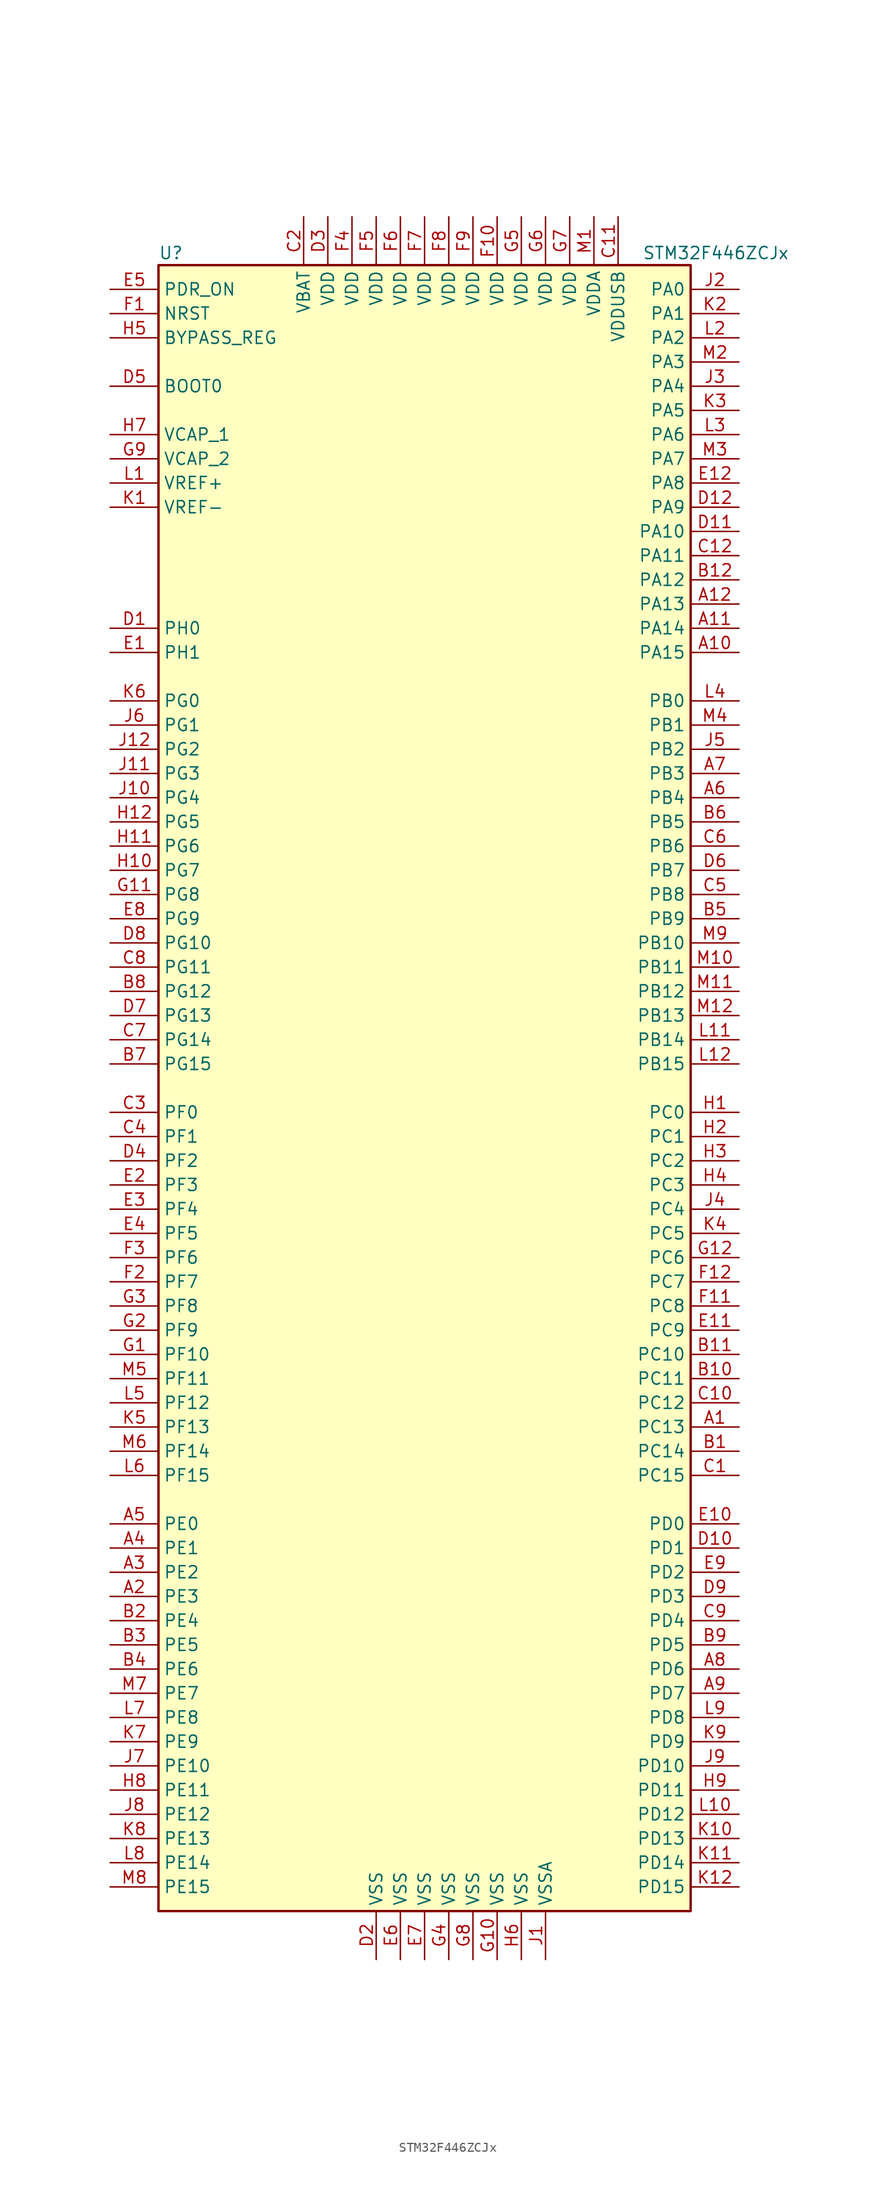
<source format=kicad_sym>
(kicad_symbol_lib
  (version 20201005)
  (generator kicad_symbol_editor)
  (symbol "STM32F446ZCJx"
    (property "Reference" "U"
      (at -27.94 87.63 0)
      (effects (font (size 1.27 1.27)) (justify left)))
    (property "Value" "STM32F446ZCJx"
      (at 22.86 87.63 0)
      (effects (font (size 1.27 1.27)) (justify left)))
    (symbol "STM32F446ZCJx_0_1"
      (rectangle (start -27.94 -86.36) (end 27.94 86.36) (stroke (width 0.254)) (fill (type background))))
    (symbol "STM32F446ZCJx_1_1"
      (pin input line (at -33.02 73.66 0) (length 5.08) (name "BOOT0" (effects (font (size 1.27 1.27)))) (number "D5" (effects (font (size 1.27 1.27)))))
      (pin input line (at -33.02 78.74 0) (length 5.08) (name "BYPASS_REG" (effects (font (size 1.27 1.27)))) (number "H5" (effects (font (size 1.27 1.27)))))
      (pin input line (at -33.02 81.28 0) (length 5.08) (name "NRST" (effects (font (size 1.27 1.27)))) (number "F1" (effects (font (size 1.27 1.27)))))
      (pin bidirectional line (at 33.02 83.82 180) (length 5.08) (name "PA0" (effects (font (size 1.27 1.27)))) (number "J2" (effects (font (size 1.27 1.27)))))
      (pin bidirectional line (at 33.02 81.28 180) (length 5.08) (name "PA1" (effects (font (size 1.27 1.27)))) (number "K2" (effects (font (size 1.27 1.27)))))
      (pin bidirectional line (at 33.02 58.42 180) (length 5.08) (name "PA10" (effects (font (size 1.27 1.27)))) (number "D11" (effects (font (size 1.27 1.27)))))
      (pin bidirectional line (at 33.02 55.88 180) (length 5.08) (name "PA11" (effects (font (size 1.27 1.27)))) (number "C12" (effects (font (size 1.27 1.27)))))
      (pin bidirectional line (at 33.02 53.34 180) (length 5.08) (name "PA12" (effects (font (size 1.27 1.27)))) (number "B12" (effects (font (size 1.27 1.27)))))
      (pin bidirectional line (at 33.02 50.8 180) (length 5.08) (name "PA13" (effects (font (size 1.27 1.27)))) (number "A12" (effects (font (size 1.27 1.27)))))
      (pin bidirectional line (at 33.02 48.26 180) (length 5.08) (name "PA14" (effects (font (size 1.27 1.27)))) (number "A11" (effects (font (size 1.27 1.27)))))
      (pin bidirectional line (at 33.02 45.72 180) (length 5.08) (name "PA15" (effects (font (size 1.27 1.27)))) (number "A10" (effects (font (size 1.27 1.27)))))
      (pin bidirectional line (at 33.02 78.74 180) (length 5.08) (name "PA2" (effects (font (size 1.27 1.27)))) (number "L2" (effects (font (size 1.27 1.27)))))
      (pin bidirectional line (at 33.02 76.2 180) (length 5.08) (name "PA3" (effects (font (size 1.27 1.27)))) (number "M2" (effects (font (size 1.27 1.27)))))
      (pin bidirectional line (at 33.02 73.66 180) (length 5.08) (name "PA4" (effects (font (size 1.27 1.27)))) (number "J3" (effects (font (size 1.27 1.27)))))
      (pin bidirectional line (at 33.02 71.12 180) (length 5.08) (name "PA5" (effects (font (size 1.27 1.27)))) (number "K3" (effects (font (size 1.27 1.27)))))
      (pin bidirectional line (at 33.02 68.58 180) (length 5.08) (name "PA6" (effects (font (size 1.27 1.27)))) (number "L3" (effects (font (size 1.27 1.27)))))
      (pin bidirectional line (at 33.02 66.04 180) (length 5.08) (name "PA7" (effects (font (size 1.27 1.27)))) (number "M3" (effects (font (size 1.27 1.27)))))
      (pin bidirectional line (at 33.02 63.5 180) (length 5.08) (name "PA8" (effects (font (size 1.27 1.27)))) (number "E12" (effects (font (size 1.27 1.27)))))
      (pin bidirectional line (at 33.02 60.96 180) (length 5.08) (name "PA9" (effects (font (size 1.27 1.27)))) (number "D12" (effects (font (size 1.27 1.27)))))
      (pin bidirectional line (at 33.02 40.64 180) (length 5.08) (name "PB0" (effects (font (size 1.27 1.27)))) (number "L4" (effects (font (size 1.27 1.27)))))
      (pin bidirectional line (at 33.02 38.1 180) (length 5.08) (name "PB1" (effects (font (size 1.27 1.27)))) (number "M4" (effects (font (size 1.27 1.27)))))
      (pin bidirectional line (at 33.02 15.24 180) (length 5.08) (name "PB10" (effects (font (size 1.27 1.27)))) (number "M9" (effects (font (size 1.27 1.27)))))
      (pin bidirectional line (at 33.02 12.7 180) (length 5.08) (name "PB11" (effects (font (size 1.27 1.27)))) (number "M10" (effects (font (size 1.27 1.27)))))
      (pin bidirectional line (at 33.02 10.16 180) (length 5.08) (name "PB12" (effects (font (size 1.27 1.27)))) (number "M11" (effects (font (size 1.27 1.27)))))
      (pin bidirectional line (at 33.02 7.62 180) (length 5.08) (name "PB13" (effects (font (size 1.27 1.27)))) (number "M12" (effects (font (size 1.27 1.27)))))
      (pin bidirectional line (at 33.02 5.08 180) (length 5.08) (name "PB14" (effects (font (size 1.27 1.27)))) (number "L11" (effects (font (size 1.27 1.27)))))
      (pin bidirectional line (at 33.02 2.54 180) (length 5.08) (name "PB15" (effects (font (size 1.27 1.27)))) (number "L12" (effects (font (size 1.27 1.27)))))
      (pin bidirectional line (at 33.02 35.56 180) (length 5.08) (name "PB2" (effects (font (size 1.27 1.27)))) (number "J5" (effects (font (size 1.27 1.27)))))
      (pin bidirectional line (at 33.02 33.02 180) (length 5.08) (name "PB3" (effects (font (size 1.27 1.27)))) (number "A7" (effects (font (size 1.27 1.27)))))
      (pin bidirectional line (at 33.02 30.48 180) (length 5.08) (name "PB4" (effects (font (size 1.27 1.27)))) (number "A6" (effects (font (size 1.27 1.27)))))
      (pin bidirectional line (at 33.02 27.94 180) (length 5.08) (name "PB5" (effects (font (size 1.27 1.27)))) (number "B6" (effects (font (size 1.27 1.27)))))
      (pin bidirectional line (at 33.02 25.4 180) (length 5.08) (name "PB6" (effects (font (size 1.27 1.27)))) (number "C6" (effects (font (size 1.27 1.27)))))
      (pin bidirectional line (at 33.02 22.86 180) (length 5.08) (name "PB7" (effects (font (size 1.27 1.27)))) (number "D6" (effects (font (size 1.27 1.27)))))
      (pin bidirectional line (at 33.02 20.32 180) (length 5.08) (name "PB8" (effects (font (size 1.27 1.27)))) (number "C5" (effects (font (size 1.27 1.27)))))
      (pin bidirectional line (at 33.02 17.78 180) (length 5.08) (name "PB9" (effects (font (size 1.27 1.27)))) (number "B5" (effects (font (size 1.27 1.27)))))
      (pin bidirectional line (at 33.02 -2.54 180) (length 5.08) (name "PC0" (effects (font (size 1.27 1.27)))) (number "H1" (effects (font (size 1.27 1.27)))))
      (pin bidirectional line (at 33.02 -5.08 180) (length 5.08) (name "PC1" (effects (font (size 1.27 1.27)))) (number "H2" (effects (font (size 1.27 1.27)))))
      (pin bidirectional line (at 33.02 -27.94 180) (length 5.08) (name "PC10" (effects (font (size 1.27 1.27)))) (number "B11" (effects (font (size 1.27 1.27)))))
      (pin bidirectional line (at 33.02 -30.48 180) (length 5.08) (name "PC11" (effects (font (size 1.27 1.27)))) (number "B10" (effects (font (size 1.27 1.27)))))
      (pin bidirectional line (at 33.02 -33.02 180) (length 5.08) (name "PC12" (effects (font (size 1.27 1.27)))) (number "C10" (effects (font (size 1.27 1.27)))))
      (pin bidirectional line (at 33.02 -35.56 180) (length 5.08) (name "PC13" (effects (font (size 1.27 1.27)))) (number "A1" (effects (font (size 1.27 1.27)))))
      (pin bidirectional line (at 33.02 -38.1 180) (length 5.08) (name "PC14" (effects (font (size 1.27 1.27)))) (number "B1" (effects (font (size 1.27 1.27)))))
      (pin bidirectional line (at 33.02 -40.64 180) (length 5.08) (name "PC15" (effects (font (size 1.27 1.27)))) (number "C1" (effects (font (size 1.27 1.27)))))
      (pin bidirectional line (at 33.02 -7.62 180) (length 5.08) (name "PC2" (effects (font (size 1.27 1.27)))) (number "H3" (effects (font (size 1.27 1.27)))))
      (pin bidirectional line (at 33.02 -10.16 180) (length 5.08) (name "PC3" (effects (font (size 1.27 1.27)))) (number "H4" (effects (font (size 1.27 1.27)))))
      (pin bidirectional line (at 33.02 -12.7 180) (length 5.08) (name "PC4" (effects (font (size 1.27 1.27)))) (number "J4" (effects (font (size 1.27 1.27)))))
      (pin bidirectional line (at 33.02 -15.24 180) (length 5.08) (name "PC5" (effects (font (size 1.27 1.27)))) (number "K4" (effects (font (size 1.27 1.27)))))
      (pin bidirectional line (at 33.02 -17.78 180) (length 5.08) (name "PC6" (effects (font (size 1.27 1.27)))) (number "G12" (effects (font (size 1.27 1.27)))))
      (pin bidirectional line (at 33.02 -20.32 180) (length 5.08) (name "PC7" (effects (font (size 1.27 1.27)))) (number "F12" (effects (font (size 1.27 1.27)))))
      (pin bidirectional line (at 33.02 -22.86 180) (length 5.08) (name "PC8" (effects (font (size 1.27 1.27)))) (number "F11" (effects (font (size 1.27 1.27)))))
      (pin bidirectional line (at 33.02 -25.4 180) (length 5.08) (name "PC9" (effects (font (size 1.27 1.27)))) (number "E11" (effects (font (size 1.27 1.27)))))
      (pin bidirectional line (at 33.02 -45.72 180) (length 5.08) (name "PD0" (effects (font (size 1.27 1.27)))) (number "E10" (effects (font (size 1.27 1.27)))))
      (pin bidirectional line (at 33.02 -48.26 180) (length 5.08) (name "PD1" (effects (font (size 1.27 1.27)))) (number "D10" (effects (font (size 1.27 1.27)))))
      (pin bidirectional line (at 33.02 -71.12 180) (length 5.08) (name "PD10" (effects (font (size 1.27 1.27)))) (number "J9" (effects (font (size 1.27 1.27)))))
      (pin bidirectional line (at 33.02 -73.66 180) (length 5.08) (name "PD11" (effects (font (size 1.27 1.27)))) (number "H9" (effects (font (size 1.27 1.27)))))
      (pin bidirectional line (at 33.02 -76.2 180) (length 5.08) (name "PD12" (effects (font (size 1.27 1.27)))) (number "L10" (effects (font (size 1.27 1.27)))))
      (pin bidirectional line (at 33.02 -78.74 180) (length 5.08) (name "PD13" (effects (font (size 1.27 1.27)))) (number "K10" (effects (font (size 1.27 1.27)))))
      (pin bidirectional line (at 33.02 -81.28 180) (length 5.08) (name "PD14" (effects (font (size 1.27 1.27)))) (number "K11" (effects (font (size 1.27 1.27)))))
      (pin bidirectional line (at 33.02 -83.82 180) (length 5.08) (name "PD15" (effects (font (size 1.27 1.27)))) (number "K12" (effects (font (size 1.27 1.27)))))
      (pin bidirectional line (at 33.02 -50.8 180) (length 5.08) (name "PD2" (effects (font (size 1.27 1.27)))) (number "E9" (effects (font (size 1.27 1.27)))))
      (pin bidirectional line (at 33.02 -53.34 180) (length 5.08) (name "PD3" (effects (font (size 1.27 1.27)))) (number "D9" (effects (font (size 1.27 1.27)))))
      (pin bidirectional line (at 33.02 -55.88 180) (length 5.08) (name "PD4" (effects (font (size 1.27 1.27)))) (number "C9" (effects (font (size 1.27 1.27)))))
      (pin bidirectional line (at 33.02 -58.42 180) (length 5.08) (name "PD5" (effects (font (size 1.27 1.27)))) (number "B9" (effects (font (size 1.27 1.27)))))
      (pin bidirectional line (at 33.02 -60.96 180) (length 5.08) (name "PD6" (effects (font (size 1.27 1.27)))) (number "A8" (effects (font (size 1.27 1.27)))))
      (pin bidirectional line (at 33.02 -63.5 180) (length 5.08) (name "PD7" (effects (font (size 1.27 1.27)))) (number "A9" (effects (font (size 1.27 1.27)))))
      (pin bidirectional line (at 33.02 -66.04 180) (length 5.08) (name "PD8" (effects (font (size 1.27 1.27)))) (number "L9" (effects (font (size 1.27 1.27)))))
      (pin bidirectional line (at 33.02 -68.58 180) (length 5.08) (name "PD9" (effects (font (size 1.27 1.27)))) (number "K9" (effects (font (size 1.27 1.27)))))
      (pin input line (at -33.02 83.82 0) (length 5.08) (name "PDR_ON" (effects (font (size 1.27 1.27)))) (number "E5" (effects (font (size 1.27 1.27)))))
      (pin bidirectional line (at -33.02 -45.72 0) (length 5.08) (name "PE0" (effects (font (size 1.27 1.27)))) (number "A5" (effects (font (size 1.27 1.27)))))
      (pin bidirectional line (at -33.02 -48.26 0) (length 5.08) (name "PE1" (effects (font (size 1.27 1.27)))) (number "A4" (effects (font (size 1.27 1.27)))))
      (pin bidirectional line (at -33.02 -71.12 0) (length 5.08) (name "PE10" (effects (font (size 1.27 1.27)))) (number "J7" (effects (font (size 1.27 1.27)))))
      (pin bidirectional line (at -33.02 -73.66 0) (length 5.08) (name "PE11" (effects (font (size 1.27 1.27)))) (number "H8" (effects (font (size 1.27 1.27)))))
      (pin bidirectional line (at -33.02 -76.2 0) (length 5.08) (name "PE12" (effects (font (size 1.27 1.27)))) (number "J8" (effects (font (size 1.27 1.27)))))
      (pin bidirectional line (at -33.02 -78.74 0) (length 5.08) (name "PE13" (effects (font (size 1.27 1.27)))) (number "K8" (effects (font (size 1.27 1.27)))))
      (pin bidirectional line (at -33.02 -81.28 0) (length 5.08) (name "PE14" (effects (font (size 1.27 1.27)))) (number "L8" (effects (font (size 1.27 1.27)))))
      (pin bidirectional line (at -33.02 -83.82 0) (length 5.08) (name "PE15" (effects (font (size 1.27 1.27)))) (number "M8" (effects (font (size 1.27 1.27)))))
      (pin bidirectional line (at -33.02 -50.8 0) (length 5.08) (name "PE2" (effects (font (size 1.27 1.27)))) (number "A3" (effects (font (size 1.27 1.27)))))
      (pin bidirectional line (at -33.02 -53.34 0) (length 5.08) (name "PE3" (effects (font (size 1.27 1.27)))) (number "A2" (effects (font (size 1.27 1.27)))))
      (pin bidirectional line (at -33.02 -55.88 0) (length 5.08) (name "PE4" (effects (font (size 1.27 1.27)))) (number "B2" (effects (font (size 1.27 1.27)))))
      (pin bidirectional line (at -33.02 -58.42 0) (length 5.08) (name "PE5" (effects (font (size 1.27 1.27)))) (number "B3" (effects (font (size 1.27 1.27)))))
      (pin bidirectional line (at -33.02 -60.96 0) (length 5.08) (name "PE6" (effects (font (size 1.27 1.27)))) (number "B4" (effects (font (size 1.27 1.27)))))
      (pin bidirectional line (at -33.02 -63.5 0) (length 5.08) (name "PE7" (effects (font (size 1.27 1.27)))) (number "M7" (effects (font (size 1.27 1.27)))))
      (pin bidirectional line (at -33.02 -66.04 0) (length 5.08) (name "PE8" (effects (font (size 1.27 1.27)))) (number "L7" (effects (font (size 1.27 1.27)))))
      (pin bidirectional line (at -33.02 -68.58 0) (length 5.08) (name "PE9" (effects (font (size 1.27 1.27)))) (number "K7" (effects (font (size 1.27 1.27)))))
      (pin bidirectional line (at -33.02 -2.54 0) (length 5.08) (name "PF0" (effects (font (size 1.27 1.27)))) (number "C3" (effects (font (size 1.27 1.27)))))
      (pin bidirectional line (at -33.02 -5.08 0) (length 5.08) (name "PF1" (effects (font (size 1.27 1.27)))) (number "C4" (effects (font (size 1.27 1.27)))))
      (pin bidirectional line (at -33.02 -27.94 0) (length 5.08) (name "PF10" (effects (font (size 1.27 1.27)))) (number "G1" (effects (font (size 1.27 1.27)))))
      (pin bidirectional line (at -33.02 -30.48 0) (length 5.08) (name "PF11" (effects (font (size 1.27 1.27)))) (number "M5" (effects (font (size 1.27 1.27)))))
      (pin bidirectional line (at -33.02 -33.02 0) (length 5.08) (name "PF12" (effects (font (size 1.27 1.27)))) (number "L5" (effects (font (size 1.27 1.27)))))
      (pin bidirectional line (at -33.02 -35.56 0) (length 5.08) (name "PF13" (effects (font (size 1.27 1.27)))) (number "K5" (effects (font (size 1.27 1.27)))))
      (pin bidirectional line (at -33.02 -38.1 0) (length 5.08) (name "PF14" (effects (font (size 1.27 1.27)))) (number "M6" (effects (font (size 1.27 1.27)))))
      (pin bidirectional line (at -33.02 -40.64 0) (length 5.08) (name "PF15" (effects (font (size 1.27 1.27)))) (number "L6" (effects (font (size 1.27 1.27)))))
      (pin bidirectional line (at -33.02 -7.62 0) (length 5.08) (name "PF2" (effects (font (size 1.27 1.27)))) (number "D4" (effects (font (size 1.27 1.27)))))
      (pin bidirectional line (at -33.02 -10.16 0) (length 5.08) (name "PF3" (effects (font (size 1.27 1.27)))) (number "E2" (effects (font (size 1.27 1.27)))))
      (pin bidirectional line (at -33.02 -12.7 0) (length 5.08) (name "PF4" (effects (font (size 1.27 1.27)))) (number "E3" (effects (font (size 1.27 1.27)))))
      (pin bidirectional line (at -33.02 -15.24 0) (length 5.08) (name "PF5" (effects (font (size 1.27 1.27)))) (number "E4" (effects (font (size 1.27 1.27)))))
      (pin bidirectional line (at -33.02 -17.78 0) (length 5.08) (name "PF6" (effects (font (size 1.27 1.27)))) (number "F3" (effects (font (size 1.27 1.27)))))
      (pin bidirectional line (at -33.02 -20.32 0) (length 5.08) (name "PF7" (effects (font (size 1.27 1.27)))) (number "F2" (effects (font (size 1.27 1.27)))))
      (pin bidirectional line (at -33.02 -22.86 0) (length 5.08) (name "PF8" (effects (font (size 1.27 1.27)))) (number "G3" (effects (font (size 1.27 1.27)))))
      (pin bidirectional line (at -33.02 -25.4 0) (length 5.08) (name "PF9" (effects (font (size 1.27 1.27)))) (number "G2" (effects (font (size 1.27 1.27)))))
      (pin bidirectional line (at -33.02 40.64 0) (length 5.08) (name "PG0" (effects (font (size 1.27 1.27)))) (number "K6" (effects (font (size 1.27 1.27)))))
      (pin bidirectional line (at -33.02 38.1 0) (length 5.08) (name "PG1" (effects (font (size 1.27 1.27)))) (number "J6" (effects (font (size 1.27 1.27)))))
      (pin bidirectional line (at -33.02 15.24 0) (length 5.08) (name "PG10" (effects (font (size 1.27 1.27)))) (number "D8" (effects (font (size 1.27 1.27)))))
      (pin bidirectional line (at -33.02 12.7 0) (length 5.08) (name "PG11" (effects (font (size 1.27 1.27)))) (number "C8" (effects (font (size 1.27 1.27)))))
      (pin bidirectional line (at -33.02 10.16 0) (length 5.08) (name "PG12" (effects (font (size 1.27 1.27)))) (number "B8" (effects (font (size 1.27 1.27)))))
      (pin bidirectional line (at -33.02 7.62 0) (length 5.08) (name "PG13" (effects (font (size 1.27 1.27)))) (number "D7" (effects (font (size 1.27 1.27)))))
      (pin bidirectional line (at -33.02 5.08 0) (length 5.08) (name "PG14" (effects (font (size 1.27 1.27)))) (number "C7" (effects (font (size 1.27 1.27)))))
      (pin bidirectional line (at -33.02 2.54 0) (length 5.08) (name "PG15" (effects (font (size 1.27 1.27)))) (number "B7" (effects (font (size 1.27 1.27)))))
      (pin bidirectional line (at -33.02 35.56 0) (length 5.08) (name "PG2" (effects (font (size 1.27 1.27)))) (number "J12" (effects (font (size 1.27 1.27)))))
      (pin bidirectional line (at -33.02 33.02 0) (length 5.08) (name "PG3" (effects (font (size 1.27 1.27)))) (number "J11" (effects (font (size 1.27 1.27)))))
      (pin bidirectional line (at -33.02 30.48 0) (length 5.08) (name "PG4" (effects (font (size 1.27 1.27)))) (number "J10" (effects (font (size 1.27 1.27)))))
      (pin bidirectional line (at -33.02 27.94 0) (length 5.08) (name "PG5" (effects (font (size 1.27 1.27)))) (number "H12" (effects (font (size 1.27 1.27)))))
      (pin bidirectional line (at -33.02 25.4 0) (length 5.08) (name "PG6" (effects (font (size 1.27 1.27)))) (number "H11" (effects (font (size 1.27 1.27)))))
      (pin bidirectional line (at -33.02 22.86 0) (length 5.08) (name "PG7" (effects (font (size 1.27 1.27)))) (number "H10" (effects (font (size 1.27 1.27)))))
      (pin bidirectional line (at -33.02 20.32 0) (length 5.08) (name "PG8" (effects (font (size 1.27 1.27)))) (number "G11" (effects (font (size 1.27 1.27)))))
      (pin bidirectional line (at -33.02 17.78 0) (length 5.08) (name "PG9" (effects (font (size 1.27 1.27)))) (number "E8" (effects (font (size 1.27 1.27)))))
      (pin input line (at -33.02 48.26 0) (length 5.08) (name "PH0" (effects (font (size 1.27 1.27)))) (number "D1" (effects (font (size 1.27 1.27)))))
      (pin input line (at -33.02 45.72 0) (length 5.08) (name "PH1" (effects (font (size 1.27 1.27)))) (number "E1" (effects (font (size 1.27 1.27)))))
      (pin power_in line (at -12.7 91.44 270) (length 5.08) (name "VBAT" (effects (font (size 1.27 1.27)))) (number "C2" (effects (font (size 1.27 1.27)))))
      (pin power_in line (at -33.02 68.58 0) (length 5.08) (name "VCAP_1" (effects (font (size 1.27 1.27)))) (number "H7" (effects (font (size 1.27 1.27)))))
      (pin power_in line (at -33.02 66.04 0) (length 5.08) (name "VCAP_2" (effects (font (size 1.27 1.27)))) (number "G9" (effects (font (size 1.27 1.27)))))
      (pin power_in line (at -10.16 91.44 270) (length 5.08) (name "VDD" (effects (font (size 1.27 1.27)))) (number "D3" (effects (font (size 1.27 1.27)))))
      (pin power_in line (at 7.62 91.44 270) (length 5.08) (name "VDD" (effects (font (size 1.27 1.27)))) (number "F10" (effects (font (size 1.27 1.27)))))
      (pin power_in line (at -7.62 91.44 270) (length 5.08) (name "VDD" (effects (font (size 1.27 1.27)))) (number "F4" (effects (font (size 1.27 1.27)))))
      (pin power_in line (at -5.08 91.44 270) (length 5.08) (name "VDD" (effects (font (size 1.27 1.27)))) (number "F5" (effects (font (size 1.27 1.27)))))
      (pin power_in line (at -2.54 91.44 270) (length 5.08) (name "VDD" (effects (font (size 1.27 1.27)))) (number "F6" (effects (font (size 1.27 1.27)))))
      (pin power_in line (at 0 91.44 270) (length 5.08) (name "VDD" (effects (font (size 1.27 1.27)))) (number "F7" (effects (font (size 1.27 1.27)))))
      (pin power_in line (at 2.54 91.44 270) (length 5.08) (name "VDD" (effects (font (size 1.27 1.27)))) (number "F8" (effects (font (size 1.27 1.27)))))
      (pin power_in line (at 5.08 91.44 270) (length 5.08) (name "VDD" (effects (font (size 1.27 1.27)))) (number "F9" (effects (font (size 1.27 1.27)))))
      (pin power_in line (at 10.16 91.44 270) (length 5.08) (name "VDD" (effects (font (size 1.27 1.27)))) (number "G5" (effects (font (size 1.27 1.27)))))
      (pin power_in line (at 12.7 91.44 270) (length 5.08) (name "VDD" (effects (font (size 1.27 1.27)))) (number "G6" (effects (font (size 1.27 1.27)))))
      (pin power_in line (at 15.24 91.44 270) (length 5.08) (name "VDD" (effects (font (size 1.27 1.27)))) (number "G7" (effects (font (size 1.27 1.27)))))
      (pin power_in line (at 17.78 91.44 270) (length 5.08) (name "VDDA" (effects (font (size 1.27 1.27)))) (number "M1" (effects (font (size 1.27 1.27)))))
      (pin power_in line (at 20.32 91.44 270) (length 5.08) (name "VDDUSB" (effects (font (size 1.27 1.27)))) (number "C11" (effects (font (size 1.27 1.27)))))
      (pin power_in line (at -33.02 63.5 0) (length 5.08) (name "VREF+" (effects (font (size 1.27 1.27)))) (number "L1" (effects (font (size 1.27 1.27)))))
      (pin power_in line (at -33.02 60.96 0) (length 5.08) (name "VREF-" (effects (font (size 1.27 1.27)))) (number "K1" (effects (font (size 1.27 1.27)))))
      (pin power_in line (at -5.08 -91.44 90) (length 5.08) (name "VSS" (effects (font (size 1.27 1.27)))) (number "D2" (effects (font (size 1.27 1.27)))))
      (pin power_in line (at -2.54 -91.44 90) (length 5.08) (name "VSS" (effects (font (size 1.27 1.27)))) (number "E6" (effects (font (size 1.27 1.27)))))
      (pin power_in line (at 0 -91.44 90) (length 5.08) (name "VSS" (effects (font (size 1.27 1.27)))) (number "E7" (effects (font (size 1.27 1.27)))))
      (pin power_in line (at 7.62 -91.44 90) (length 5.08) (name "VSS" (effects (font (size 1.27 1.27)))) (number "G10" (effects (font (size 1.27 1.27)))))
      (pin power_in line (at 2.54 -91.44 90) (length 5.08) (name "VSS" (effects (font (size 1.27 1.27)))) (number "G4" (effects (font (size 1.27 1.27)))))
      (pin power_in line (at 5.08 -91.44 90) (length 5.08) (name "VSS" (effects (font (size 1.27 1.27)))) (number "G8" (effects (font (size 1.27 1.27)))))
      (pin power_in line (at 10.16 -91.44 90) (length 5.08) (name "VSS" (effects (font (size 1.27 1.27)))) (number "H6" (effects (font (size 1.27 1.27)))))
      (pin power_in line (at 12.7 -91.44 90) (length 5.08) (name "VSSA" (effects (font (size 1.27 1.27)))) (number "J1" (effects (font (size 1.27 1.27))))))))
</source>
